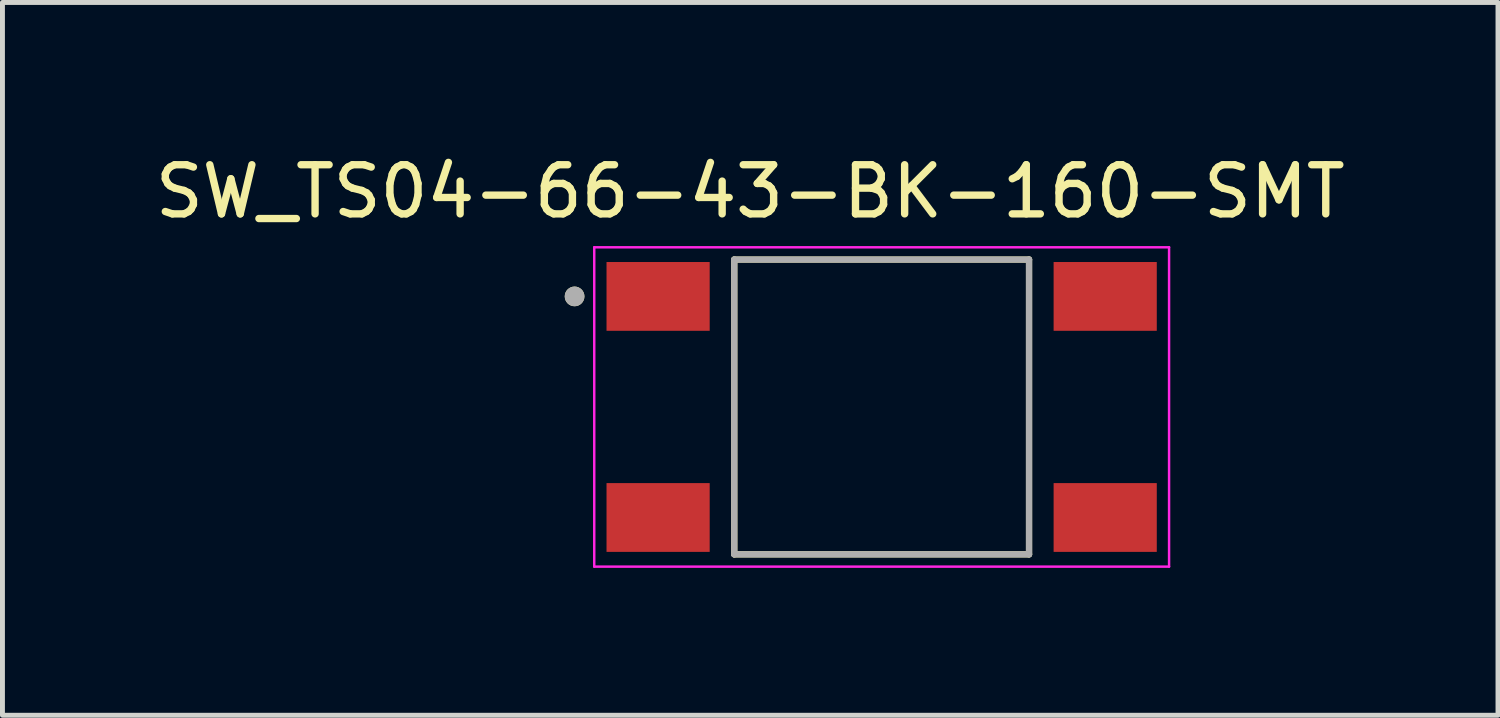
<source format=kicad_pcb>
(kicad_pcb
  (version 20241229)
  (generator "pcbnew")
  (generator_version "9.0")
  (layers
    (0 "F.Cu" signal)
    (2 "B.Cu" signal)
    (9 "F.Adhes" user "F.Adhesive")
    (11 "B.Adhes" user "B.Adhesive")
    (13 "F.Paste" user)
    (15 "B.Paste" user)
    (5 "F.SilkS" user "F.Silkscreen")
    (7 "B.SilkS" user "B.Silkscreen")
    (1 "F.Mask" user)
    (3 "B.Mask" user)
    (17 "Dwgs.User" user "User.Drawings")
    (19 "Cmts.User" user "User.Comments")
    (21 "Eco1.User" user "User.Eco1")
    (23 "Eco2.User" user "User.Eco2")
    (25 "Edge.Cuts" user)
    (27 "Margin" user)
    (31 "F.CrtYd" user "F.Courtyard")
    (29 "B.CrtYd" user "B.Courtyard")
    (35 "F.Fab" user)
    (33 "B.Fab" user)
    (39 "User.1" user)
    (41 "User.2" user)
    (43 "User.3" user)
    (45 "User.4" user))
  (footprint "SW_TS04-66-43-BK-160-SMT"
    (layer "F.Cu")
    (at 14.895 5.233)
    (property "Reference" "SW_TS04-66-43-BK-160-SMT" (at -2.675 -4.385 0) (layer "F.SilkS") (effects (font (size 1 1) (thickness 0.15))))
    (attr smd)
    (fp_line (start -3 -3) (end -3 3) (stroke (width 0.127) (type solid)) (layer "F.SilkS"))
    (fp_line (start -3 3) (end 3 3) (stroke (width 0.127) (type solid)) (layer "F.SilkS"))
    (fp_line (start 3 -3) (end -3 -3) (stroke (width 0.127) (type solid)) (layer "F.SilkS"))
    (fp_line (start 3 3) (end 3 -3) (stroke (width 0.127) (type solid)) (layer "F.SilkS"))
    (fp_circle (center -6.25 -2.25) (end -6.15 -2.25) (stroke (width 0.2) (type solid)) (fill no) (layer "F.SilkS"))
    (fp_line (start -5.85 -3.25) (end -5.85 3.25) (stroke (width 0.05) (type solid)) (layer "F.CrtYd"))
    (fp_line (start -5.85 3.25) (end 5.85 3.25) (stroke (width 0.05) (type solid)) (layer "F.CrtYd"))
    (fp_line (start 5.85 -3.25) (end -5.85 -3.25) (stroke (width 0.05) (type solid)) (layer "F.CrtYd"))
    (fp_line (start 5.85 3.25) (end 5.85 -3.25) (stroke (width 0.05) (type solid)) (layer "F.CrtYd"))
    (fp_line (start -3 -3) (end -3 3) (stroke (width 0.127) (type solid)) (layer "F.Fab"))
    (fp_line (start -3 3) (end 3 3) (stroke (width 0.127) (type solid)) (layer "F.Fab"))
    (fp_line (start 3 -3) (end -3 -3) (stroke (width 0.127) (type solid)) (layer "F.Fab"))
    (fp_line (start 3 3) (end 3 -3) (stroke (width 0.127) (type solid)) (layer "F.Fab"))
    (fp_circle (center -6.25 -2.25) (end -6.15 -2.25) (stroke (width 0.2) (type solid)) (fill no) (layer "F.Fab"))
    (pad "1" smd rect (at -4.55 -2.25) (size 2.1 1.4) (layers "F.Cu" "F.Mask" "F.Paste"))
    (pad "1" smd rect (at 4.55 -2.25) (size 2.1 1.4) (layers "F.Cu" "F.Mask" "F.Paste"))
    (pad "2" smd rect (at -4.55 2.25) (size 2.1 1.4) (layers "F.Cu" "F.Mask" "F.Paste"))
    (pad "2" smd rect (at 4.55 2.25) (size 2.1 1.4) (layers "F.Cu" "F.Mask" "F.Paste")))
  (gr_rect
    (start -3 -3)
    (end 27.44 11.508)
    (stroke (width 0.1) (type default))
    (fill no)
    (layer "Edge.Cuts")))
</source>
